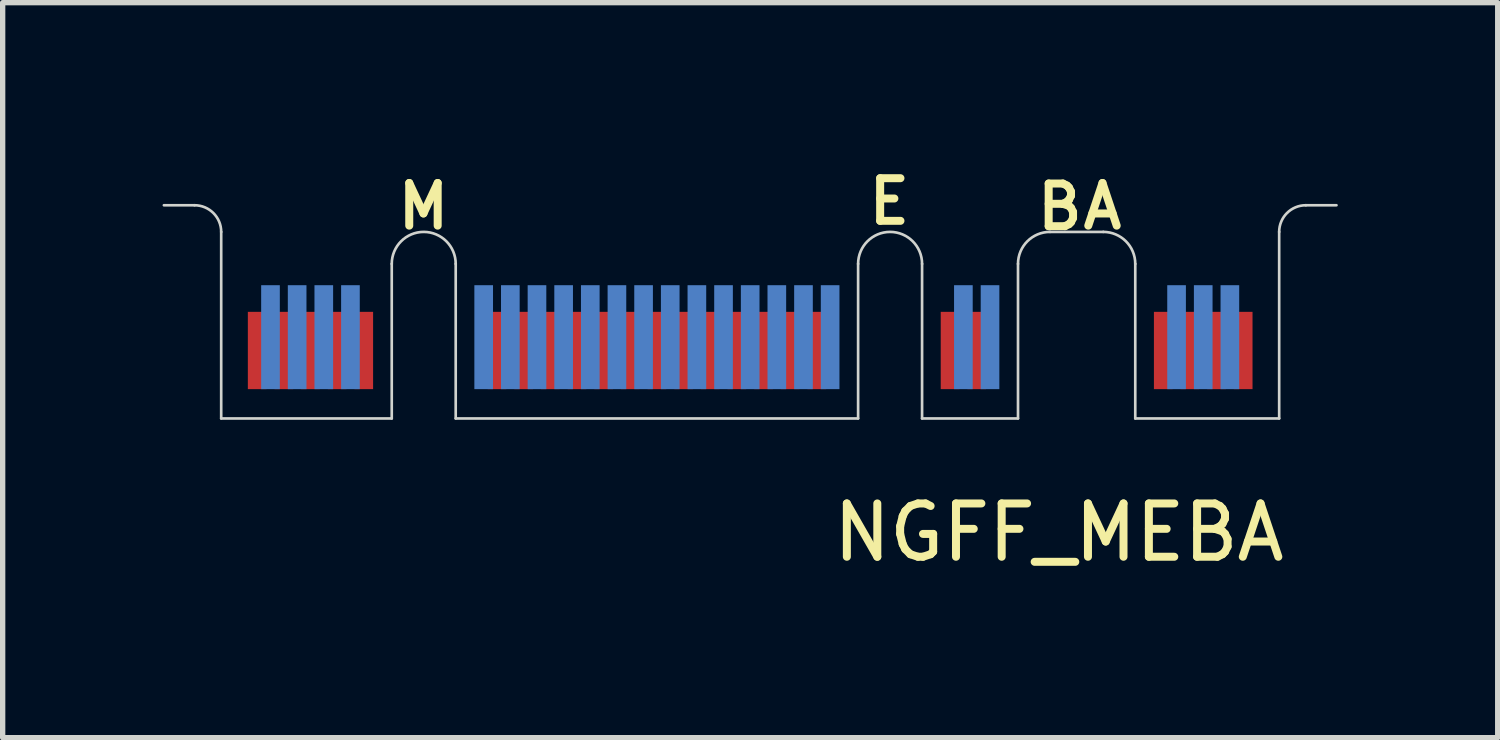
<source format=kicad_pcb>
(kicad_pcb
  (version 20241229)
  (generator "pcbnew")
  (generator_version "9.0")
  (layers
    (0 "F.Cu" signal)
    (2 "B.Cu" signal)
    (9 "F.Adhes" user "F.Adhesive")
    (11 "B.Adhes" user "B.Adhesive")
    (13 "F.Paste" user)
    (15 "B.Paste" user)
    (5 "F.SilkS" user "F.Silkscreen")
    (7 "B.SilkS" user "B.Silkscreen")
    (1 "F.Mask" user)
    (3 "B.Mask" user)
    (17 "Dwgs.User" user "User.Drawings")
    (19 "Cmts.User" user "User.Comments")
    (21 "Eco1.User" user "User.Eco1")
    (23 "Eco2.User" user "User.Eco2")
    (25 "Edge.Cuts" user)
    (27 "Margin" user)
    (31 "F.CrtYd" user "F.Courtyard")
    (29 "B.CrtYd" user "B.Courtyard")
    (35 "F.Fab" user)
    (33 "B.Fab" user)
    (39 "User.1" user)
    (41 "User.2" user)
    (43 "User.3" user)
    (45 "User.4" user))
  (footprint "NGFF_MEBA"
    (layer "F.Cu")
    (at 11.025 4.801)
    (property "Reference" "NGFF_MEBA" (at 5.79 2.14 0) (layer "F.SilkS") (effects (font (size 1 1) (thickness 0.15))))
    (attr through_hole)
    (fp_poly (pts (xy -9.91 -0.01) (xy -6.71 -0.01) (xy -6.71 -2.01) (xy -9.91 -2.01)) (stroke (width 0.1) (type solid)) (fill yes) (layer "F.Mask"))
    (fp_poly (pts (xy -5.525 0) (xy 1.995 0) (xy 1.995 -2) (xy -5.525 -2)) (stroke (width 0.1) (type solid)) (fill yes) (layer "F.Mask"))
    (fp_poly (pts (xy 3.2 0.01) (xy 5.01 0.01) (xy 5.01 -1.99) (xy 3.2 -1.99)) (stroke (width 0.1) (type solid)) (fill yes) (layer "F.Mask"))
    (fp_poly (pts (xy 7.225 0) (xy 9.925 0) (xy 9.925 -2) (xy 7.225 -2)) (stroke (width 0.1) (type solid)) (fill yes) (layer "F.Mask"))
    (fp_poly (pts (xy -9.91 -0.01) (xy -6.71 -0.01) (xy -6.71 -2.51) (xy -9.91 -2.51)) (stroke (width 0.1) (type solid)) (fill yes) (layer "B.Mask"))
    (fp_poly (pts (xy -5.525 0) (xy 2.015 0) (xy 2.015 -2.5) (xy -5.525 -2.5)) (stroke (width 0.1) (type solid)) (fill yes) (layer "B.Mask"))
    (fp_poly (pts (xy 3.215 0) (xy 4.995 0) (xy 4.995 -2.5) (xy 3.215 -2.5)) (stroke (width 0.1) (type solid)) (fill yes) (layer "B.Mask"))
    (fp_poly (pts (xy 7.225 0) (xy 9.925 0) (xy 9.925 -2.5) (xy 7.225 -2.5)) (stroke (width 0.1) (type solid)) (fill yes) (layer "B.Mask"))
    (fp_line (start -11 -4) (end -10.425 -4) (stroke (width 0.05) (type solid)) (layer "Edge.Cuts"))
    (fp_line (start -9.925 -3.5) (end -9.925 0) (stroke (width 0.05) (type solid)) (layer "Edge.Cuts"))
    (fp_line (start -9.925 0) (end -6.725 0) (stroke (width 0.05) (type solid)) (layer "Edge.Cuts"))
    (fp_line (start -6.725 0) (end -6.725 -2.9) (stroke (width 0.05) (type solid)) (layer "Edge.Cuts"))
    (fp_line (start -5.525 -2.9) (end -5.525 0) (stroke (width 0.05) (type solid)) (layer "Edge.Cuts"))
    (fp_line (start -5.525 0) (end 2.025 0) (stroke (width 0.05) (type solid)) (layer "Edge.Cuts"))
    (fp_line (start 2.025 0) (end 2.025 -2.9) (stroke (width 0.05) (type solid)) (layer "Edge.Cuts"))
    (fp_line (start 3.225 -2.9) (end 3.225 0) (stroke (width 0.05) (type solid)) (layer "Edge.Cuts"))
    (fp_line (start 3.225 0) (end 5.025 0) (stroke (width 0.05) (type solid)) (layer "Edge.Cuts"))
    (fp_line (start 5.025 0) (end 5.025 -2.9) (stroke (width 0.05) (type solid)) (layer "Edge.Cuts"))
    (fp_line (start 5.625 -3.5) (end 6.625 -3.5) (stroke (width 0.05) (type solid)) (layer "Edge.Cuts"))
    (fp_line (start 7.225 -2.9) (end 7.225 0) (stroke (width 0.05) (type solid)) (layer "Edge.Cuts"))
    (fp_line (start 7.225 0) (end 9.925 0) (stroke (width 0.05) (type solid)) (layer "Edge.Cuts"))
    (fp_line (start 9.925 0) (end 9.925 -3.5) (stroke (width 0.05) (type solid)) (layer "Edge.Cuts"))
    (fp_line (start 10.425 -4) (end 11 -4) (stroke (width 0.05) (type solid)) (layer "Edge.Cuts"))
    (fp_arc (start -10.425 -4) (mid -10.071447 -3.853553) (end -9.925 -3.5) (stroke (width 0.05) (type solid)) (layer "Edge.Cuts"))
    (fp_arc (start -6.725 -2.9) (mid -6.125 -3.5) (end -5.525 -2.9) (stroke (width 0.05) (type solid)) (layer "Edge.Cuts"))
    (fp_arc (start 2.025 -2.9) (mid 2.625 -3.5) (end 3.225 -2.9) (stroke (width 0.05) (type solid)) (layer "Edge.Cuts"))
    (fp_arc (start 5.025 -2.9) (mid 5.200736 -3.324264) (end 5.625 -3.5) (stroke (width 0.05) (type solid)) (layer "Edge.Cuts"))
    (fp_arc (start 6.625 -3.5) (mid 7.049264 -3.324264) (end 7.225 -2.9) (stroke (width 0.05) (type solid)) (layer "Edge.Cuts"))
    (fp_arc (start 9.925 -3.5) (mid 10.071447 -3.853553) (end 10.425 -4) (stroke (width 0.05) (type solid)) (layer "Edge.Cuts"))
    (fp_text user "M" (at -6.13 -3.98 0) (layer "F.SilkS") (effects (font (size 0.8 0.8) (thickness 0.15))))
    (fp_text user "B" (at 5.81 -3.97 0) (layer "F.SilkS") (effects (font (size 0.8 0.8) (thickness 0.15))))
    (fp_text user "E" (at 2.61 -4.07 0) (layer "F.SilkS") (effects (font (size 0.8 0.8) (thickness 0.15))))
    (fp_text user "A" (at 6.61 -3.98 0) (layer "F.SilkS") (effects (font (size 0.8 0.8) (thickness 0.15))))
    (pad "1" smd rect (at 9.25 -1.275) (size 0.35 1.45) (layers "F.Cu"))
    (pad "2" smd rect (at 9 -1.525) (size 0.35 1.95) (layers "B.Cu"))
    (pad "3" smd rect (at 8.75 -1.275) (size 0.35 1.45) (layers "F.Cu"))
    (pad "4" smd rect (at 8.5 -1.525) (size 0.35 1.95) (layers "B.Cu"))
    (pad "5" smd rect (at 8.25 -1.275) (size 0.35 1.45) (layers "F.Cu"))
    (pad "6" smd rect (at 8 -1.525) (size 0.35 1.95) (layers "B.Cu"))
    (pad "7" smd rect (at 7.75 -1.275) (size 0.35 1.45) (layers "F.Cu"))
    (pad "20" smd rect (at 4.5 -1.525) (size 0.35 1.95) (layers "B.Cu"))
    (pad "21" smd rect (at 4.25 -1.275) (size 0.35 1.45) (layers "F.Cu"))
    (pad "22" smd rect (at 4 -1.525) (size 0.35 1.95) (layers "B.Cu"))
    (pad "23" smd rect (at 3.75 -1.275) (size 0.35 1.45) (layers "F.Cu"))
    (pad "32" smd rect (at 1.5 -1.525) (size 0.35 1.95) (layers "B.Cu"))
    (pad "33" smd rect (at 1.25 -1.275) (size 0.35 1.45) (layers "F.Cu"))
    (pad "34" smd rect (at 1 -1.525) (size 0.35 1.95) (layers "B.Cu"))
    (pad "35" smd rect (at 0.75 -1.275) (size 0.35 1.45) (layers "F.Cu"))
    (pad "36" smd rect (at 0.5 -1.525) (size 0.35 1.95) (layers "B.Cu"))
    (pad "37" smd rect (at 0.25 -1.275) (size 0.35 1.45) (layers "F.Cu"))
    (pad "38" smd rect (at 0 -1.525) (size 0.35 1.95) (layers "B.Cu"))
    (pad "39" smd rect (at -0.25 -1.275) (size 0.35 1.45) (layers "F.Cu"))
    (pad "40" smd rect (at -0.5 -1.525) (size 0.35 1.95) (layers "B.Cu"))
    (pad "41" smd rect (at -0.75 -1.275) (size 0.35 1.45) (layers "F.Cu"))
    (pad "42" smd rect (at -1 -1.525) (size 0.35 1.95) (layers "B.Cu"))
    (pad "43" smd rect (at -1.25 -1.275) (size 0.35 1.45) (layers "F.Cu"))
    (pad "44" smd rect (at -1.5 -1.525) (size 0.35 1.95) (layers "B.Cu"))
    (pad "45" smd rect (at -1.75 -1.275) (size 0.35 1.45) (layers "F.Cu"))
    (pad "46" smd rect (at -2 -1.525) (size 0.35 1.95) (layers "B.Cu"))
    (pad "47" smd rect (at -2.25 -1.275) (size 0.35 1.45) (layers "F.Cu"))
    (pad "48" smd rect (at -2.5 -1.525) (size 0.35 1.95) (layers "B.Cu"))
    (pad "49" smd rect (at -2.75 -1.275) (size 0.35 1.45) (layers "F.Cu"))
    (pad "50" smd rect (at -3 -1.525) (size 0.35 1.95) (layers "B.Cu"))
    (pad "51" smd rect (at -3.25 -1.275) (size 0.35 1.45) (layers "F.Cu"))
    (pad "52" smd rect (at -3.5 -1.525) (size 0.35 1.95) (layers "B.Cu"))
    (pad "53" smd rect (at -3.75 -1.275) (size 0.35 1.45) (layers "F.Cu"))
    (pad "54" smd rect (at -4 -1.525) (size 0.35 1.95) (layers "B.Cu"))
    (pad "55" smd rect (at -4.25 -1.275) (size 0.35 1.45) (layers "F.Cu"))
    (pad "56" smd rect (at -4.5 -1.525) (size 0.35 1.95) (layers "B.Cu"))
    (pad "57" smd rect (at -4.75 -1.275) (size 0.35 1.45) (layers "F.Cu"))
    (pad "58" smd rect (at -5 -1.525) (size 0.35 1.95) (layers "B.Cu"))
    (pad "67" smd rect (at -7.25 -1.275) (size 0.35 1.45) (layers "F.Cu"))
    (pad "68" smd rect (at -7.5 -1.525) (size 0.35 1.95) (layers "B.Cu"))
    (pad "69" smd rect (at -7.75 -1.275) (size 0.35 1.45) (layers "F.Cu"))
    (pad "70" smd rect (at -8 -1.525) (size 0.35 1.95) (layers "B.Cu"))
    (pad "71" smd rect (at -8.25 -1.275) (size 0.35 1.45) (layers "F.Cu"))
    (pad "72" smd rect (at -8.5 -1.525) (size 0.35 1.95) (layers "B.Cu"))
    (pad "73" smd rect (at -8.75 -1.275) (size 0.35 1.45) (layers "F.Cu"))
    (pad "74" smd rect (at -9 -1.525) (size 0.35 1.95) (layers "B.Cu"))
    (pad "75" smd rect (at -9.25 -1.275) (size 0.35 1.45) (layers "F.Cu")))
  (gr_rect
    (start -3 -3)
    (end 25.05 10.79)
    (stroke (width 0.1) (type default))
    (fill no)
    (layer "Edge.Cuts")))
</source>
